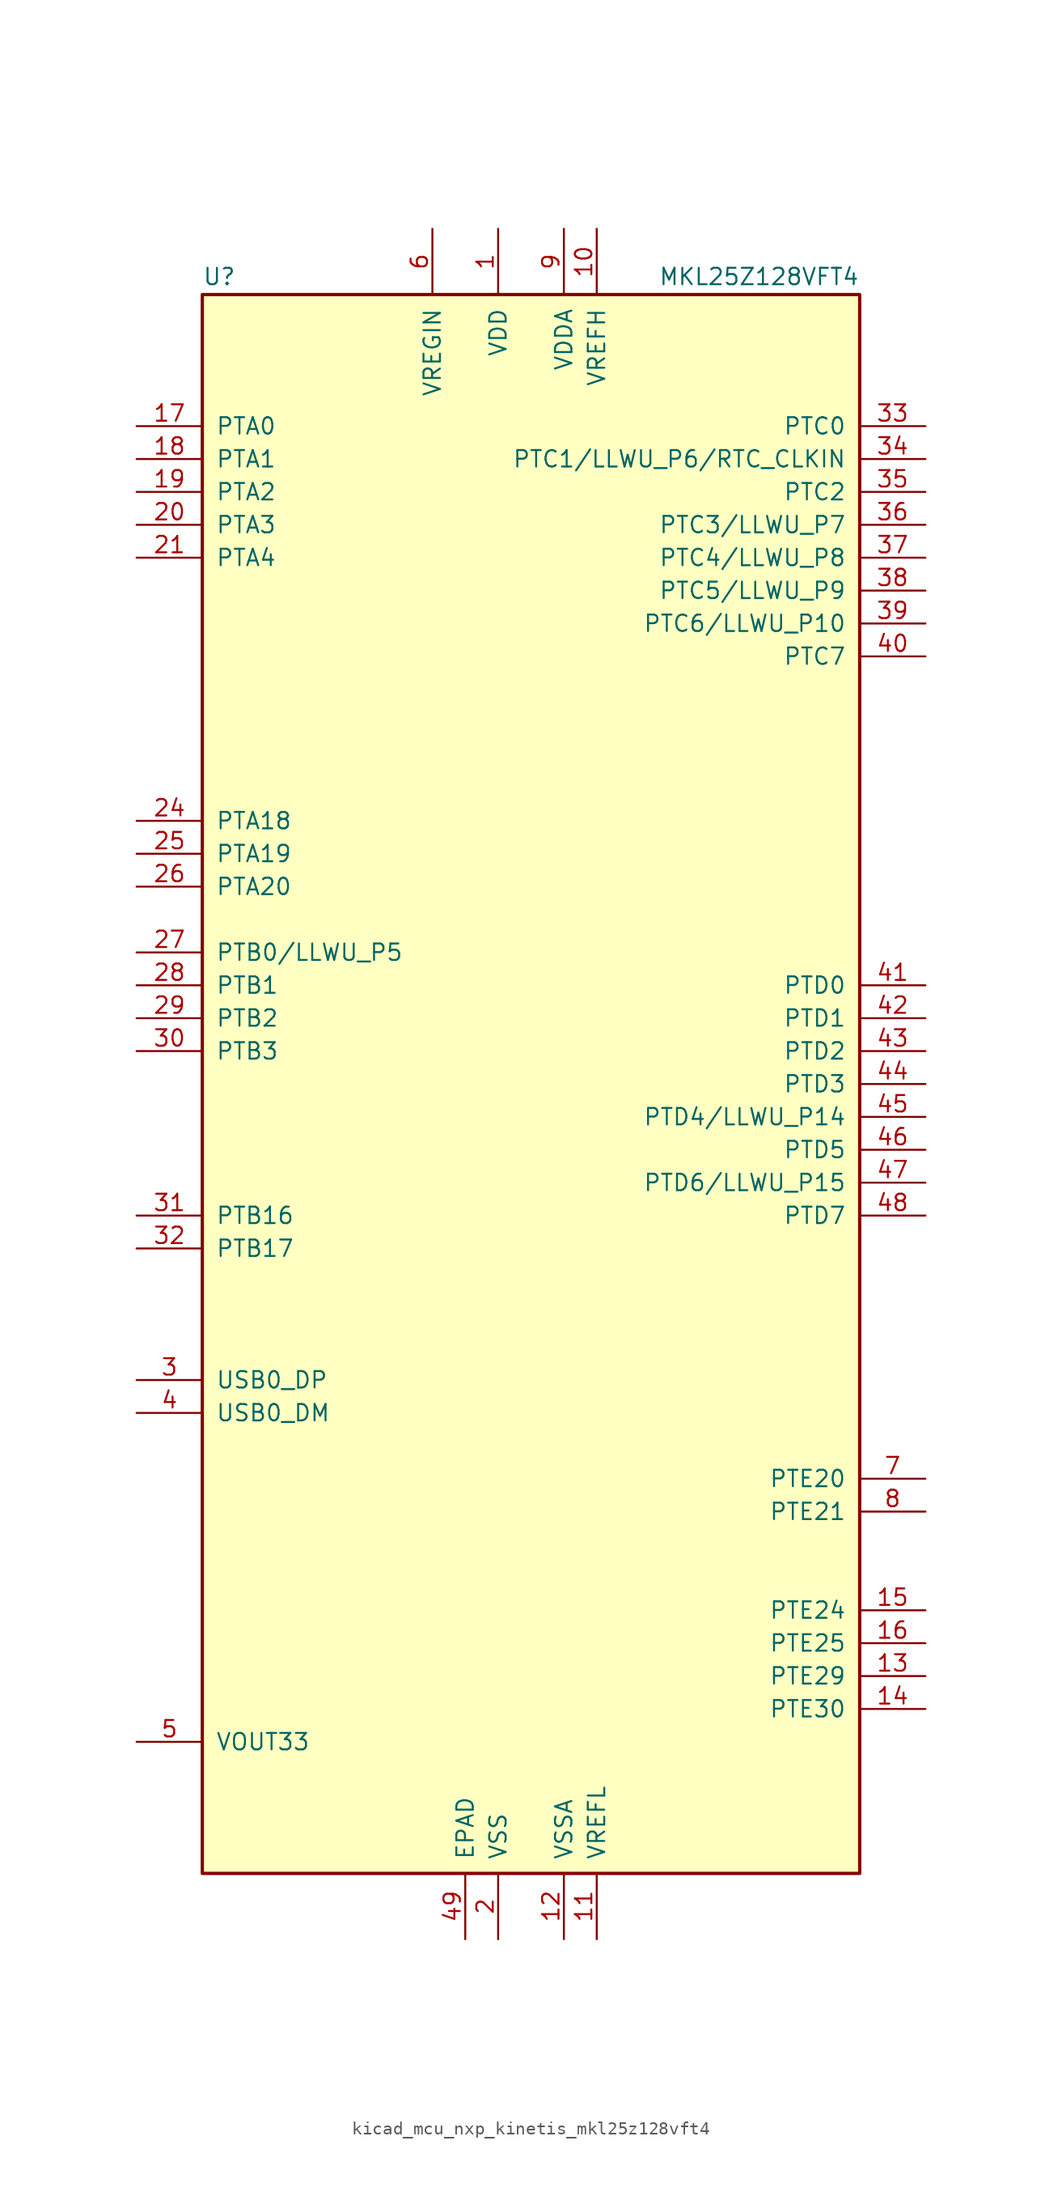
<source format=kicad_sym>
(kicad_symbol_lib
  (version 20220914)
  (generator kicad_symbol_editor)
  (symbol "kicad_mcu_nxp_kinetis_mkl25z128vft4"
    (pin_names
      (offset 1.016))
    (property "Reference" "U"
      (at -25.4 61.595 0)
      (effects (font (size 1.27 1.27)) (justify left bottom)))
    (property "Value" "MKL25Z128VFT4"
      (at 25.4 61.595 0)
      (effects (font (size 1.27 1.27)) (justify right bottom)))
    (symbol "kicad_mcu_nxp_kinetis_mkl25z128vft4_0_1"
      (rectangle (start -25.4 60.96) (end 25.4 -60.96) (stroke (width 0.254) (type default)) (fill (type background))))
    (symbol "kicad_mcu_nxp_kinetis_mkl25z128vft4_1_1"
      (pin power_in line (at -2.54 66.04 270) (length 5.08) (name "VDD" (effects (font (size 1.27 1.27)))) (number "1" (effects (font (size 1.27 1.27)))))
      (pin power_in line (at 5.08 66.04 270) (length 5.08) (name "VREFH" (effects (font (size 1.27 1.27)))) (number "10" (effects (font (size 1.27 1.27)))))
      (pin power_in line (at 5.08 -66.04 90) (length 5.08) (name "VREFL" (effects (font (size 1.27 1.27)))) (number "11" (effects (font (size 1.27 1.27)))))
      (pin power_in line (at 2.54 -66.04 90) (length 5.08) (name "VSSA" (effects (font (size 1.27 1.27)))) (number "12" (effects (font (size 1.27 1.27)))))
      (pin bidirectional line (at 30.48 -45.72 180) (length 5.08) (name "PTE29" (effects (font (size 1.27 1.27)))) (number "13" (effects (font (size 1.27 1.27)))))
      (pin bidirectional line (at 30.48 -48.26 180) (length 5.08) (name "PTE30" (effects (font (size 1.27 1.27)))) (number "14" (effects (font (size 1.27 1.27)))))
      (pin bidirectional line (at 30.48 -40.64 180) (length 5.08) (name "PTE24" (effects (font (size 1.27 1.27)))) (number "15" (effects (font (size 1.27 1.27)))))
      (pin bidirectional line (at 30.48 -43.18 180) (length 5.08) (name "PTE25" (effects (font (size 1.27 1.27)))) (number "16" (effects (font (size 1.27 1.27)))))
      (pin bidirectional line (at -30.48 50.8 0) (length 5.08) (name "PTA0" (effects (font (size 1.27 1.27)))) (number "17" (effects (font (size 1.27 1.27)))))
      (pin bidirectional line (at -30.48 48.26 0) (length 5.08) (name "PTA1" (effects (font (size 1.27 1.27)))) (number "18" (effects (font (size 1.27 1.27)))))
      (pin bidirectional line (at -30.48 45.72 0) (length 5.08) (name "PTA2" (effects (font (size 1.27 1.27)))) (number "19" (effects (font (size 1.27 1.27)))))
      (pin power_in line (at -2.54 -66.04 90) (length 5.08) (name "VSS" (effects (font (size 1.27 1.27)))) (number "2" (effects (font (size 1.27 1.27)))))
      (pin bidirectional line (at -30.48 43.18 0) (length 5.08) (name "PTA3" (effects (font (size 1.27 1.27)))) (number "20" (effects (font (size 1.27 1.27)))))
      (pin bidirectional line (at -30.48 40.64 0) (length 5.08) (name "PTA4" (effects (font (size 1.27 1.27)))) (number "21" (effects (font (size 1.27 1.27)))))
      (pin passive line (at -2.54 66.04 270) (length 5.08) hide (name "VDD" (effects (font (size 1.27 1.27)))) (number "22" (effects (font (size 1.27 1.27)))))
      (pin passive line (at -2.54 -66.04 90) (length 5.08) hide (name "VSS" (effects (font (size 1.27 1.27)))) (number "23" (effects (font (size 1.27 1.27)))))
      (pin bidirectional line (at -30.48 20.32 0) (length 5.08) (name "PTA18" (effects (font (size 1.27 1.27)))) (number "24" (effects (font (size 1.27 1.27)))))
      (pin bidirectional line (at -30.48 17.78 0) (length 5.08) (name "PTA19" (effects (font (size 1.27 1.27)))) (number "25" (effects (font (size 1.27 1.27)))))
      (pin bidirectional line (at -30.48 15.24 0) (length 5.08) (name "PTA20" (effects (font (size 1.27 1.27)))) (number "26" (effects (font (size 1.27 1.27)))))
      (pin bidirectional line (at -30.48 10.16 0) (length 5.08) (name "PTB0/LLWU_P5" (effects (font (size 1.27 1.27)))) (number "27" (effects (font (size 1.27 1.27)))))
      (pin bidirectional line (at -30.48 7.62 0) (length 5.08) (name "PTB1" (effects (font (size 1.27 1.27)))) (number "28" (effects (font (size 1.27 1.27)))))
      (pin bidirectional line (at -30.48 5.08 0) (length 5.08) (name "PTB2" (effects (font (size 1.27 1.27)))) (number "29" (effects (font (size 1.27 1.27)))))
      (pin bidirectional line (at -30.48 -22.86 0) (length 5.08) (name "USB0_DP" (effects (font (size 1.27 1.27)))) (number "3" (effects (font (size 1.27 1.27)))))
      (pin bidirectional line (at -30.48 2.54 0) (length 5.08) (name "PTB3" (effects (font (size 1.27 1.27)))) (number "30" (effects (font (size 1.27 1.27)))))
      (pin bidirectional line (at -30.48 -10.16 0) (length 5.08) (name "PTB16" (effects (font (size 1.27 1.27)))) (number "31" (effects (font (size 1.27 1.27)))))
      (pin bidirectional line (at -30.48 -12.7 0) (length 5.08) (name "PTB17" (effects (font (size 1.27 1.27)))) (number "32" (effects (font (size 1.27 1.27)))))
      (pin bidirectional line (at 30.48 50.8 180) (length 5.08) (name "PTC0" (effects (font (size 1.27 1.27)))) (number "33" (effects (font (size 1.27 1.27)))))
      (pin bidirectional line (at 30.48 48.26 180) (length 5.08) (name "PTC1/LLWU_P6/RTC_CLKIN" (effects (font (size 1.27 1.27)))) (number "34" (effects (font (size 1.27 1.27)))))
      (pin bidirectional line (at 30.48 45.72 180) (length 5.08) (name "PTC2" (effects (font (size 1.27 1.27)))) (number "35" (effects (font (size 1.27 1.27)))))
      (pin bidirectional line (at 30.48 43.18 180) (length 5.08) (name "PTC3/LLWU_P7" (effects (font (size 1.27 1.27)))) (number "36" (effects (font (size 1.27 1.27)))))
      (pin bidirectional line (at 30.48 40.64 180) (length 5.08) (name "PTC4/LLWU_P8" (effects (font (size 1.27 1.27)))) (number "37" (effects (font (size 1.27 1.27)))))
      (pin bidirectional line (at 30.48 38.1 180) (length 5.08) (name "PTC5/LLWU_P9" (effects (font (size 1.27 1.27)))) (number "38" (effects (font (size 1.27 1.27)))))
      (pin bidirectional line (at 30.48 35.56 180) (length 5.08) (name "PTC6/LLWU_P10" (effects (font (size 1.27 1.27)))) (number "39" (effects (font (size 1.27 1.27)))))
      (pin bidirectional line (at -30.48 -25.4 0) (length 5.08) (name "USB0_DM" (effects (font (size 1.27 1.27)))) (number "4" (effects (font (size 1.27 1.27)))))
      (pin bidirectional line (at 30.48 33.02 180) (length 5.08) (name "PTC7" (effects (font (size 1.27 1.27)))) (number "40" (effects (font (size 1.27 1.27)))))
      (pin bidirectional line (at 30.48 7.62 180) (length 5.08) (name "PTD0" (effects (font (size 1.27 1.27)))) (number "41" (effects (font (size 1.27 1.27)))))
      (pin bidirectional line (at 30.48 5.08 180) (length 5.08) (name "PTD1" (effects (font (size 1.27 1.27)))) (number "42" (effects (font (size 1.27 1.27)))))
      (pin bidirectional line (at 30.48 2.54 180) (length 5.08) (name "PTD2" (effects (font (size 1.27 1.27)))) (number "43" (effects (font (size 1.27 1.27)))))
      (pin bidirectional line (at 30.48 0 180) (length 5.08) (name "PTD3" (effects (font (size 1.27 1.27)))) (number "44" (effects (font (size 1.27 1.27)))))
      (pin bidirectional line (at 30.48 -2.54 180) (length 5.08) (name "PTD4/LLWU_P14" (effects (font (size 1.27 1.27)))) (number "45" (effects (font (size 1.27 1.27)))))
      (pin bidirectional line (at 30.48 -5.08 180) (length 5.08) (name "PTD5" (effects (font (size 1.27 1.27)))) (number "46" (effects (font (size 1.27 1.27)))))
      (pin bidirectional line (at 30.48 -7.62 180) (length 5.08) (name "PTD6/LLWU_P15" (effects (font (size 1.27 1.27)))) (number "47" (effects (font (size 1.27 1.27)))))
      (pin bidirectional line (at 30.48 -10.16 180) (length 5.08) (name "PTD7" (effects (font (size 1.27 1.27)))) (number "48" (effects (font (size 1.27 1.27)))))
      (pin power_in line (at -5.08 -66.04 90) (length 5.08) (name "EPAD" (effects (font (size 1.27 1.27)))) (number "49" (effects (font (size 1.27 1.27)))))
      (pin power_out line (at -30.48 -50.8 0) (length 5.08) (name "VOUT33" (effects (font (size 1.27 1.27)))) (number "5" (effects (font (size 1.27 1.27)))))
      (pin power_in line (at -7.62 66.04 270) (length 5.08) (name "VREGIN" (effects (font (size 1.27 1.27)))) (number "6" (effects (font (size 1.27 1.27)))))
      (pin bidirectional line (at 30.48 -30.48 180) (length 5.08) (name "PTE20" (effects (font (size 1.27 1.27)))) (number "7" (effects (font (size 1.27 1.27)))))
      (pin bidirectional line (at 30.48 -33.02 180) (length 5.08) (name "PTE21" (effects (font (size 1.27 1.27)))) (number "8" (effects (font (size 1.27 1.27)))))
      (pin power_in line (at 2.54 66.04 270) (length 5.08) (name "VDDA" (effects (font (size 1.27 1.27)))) (number "9" (effects (font (size 1.27 1.27))))))))
</source>
